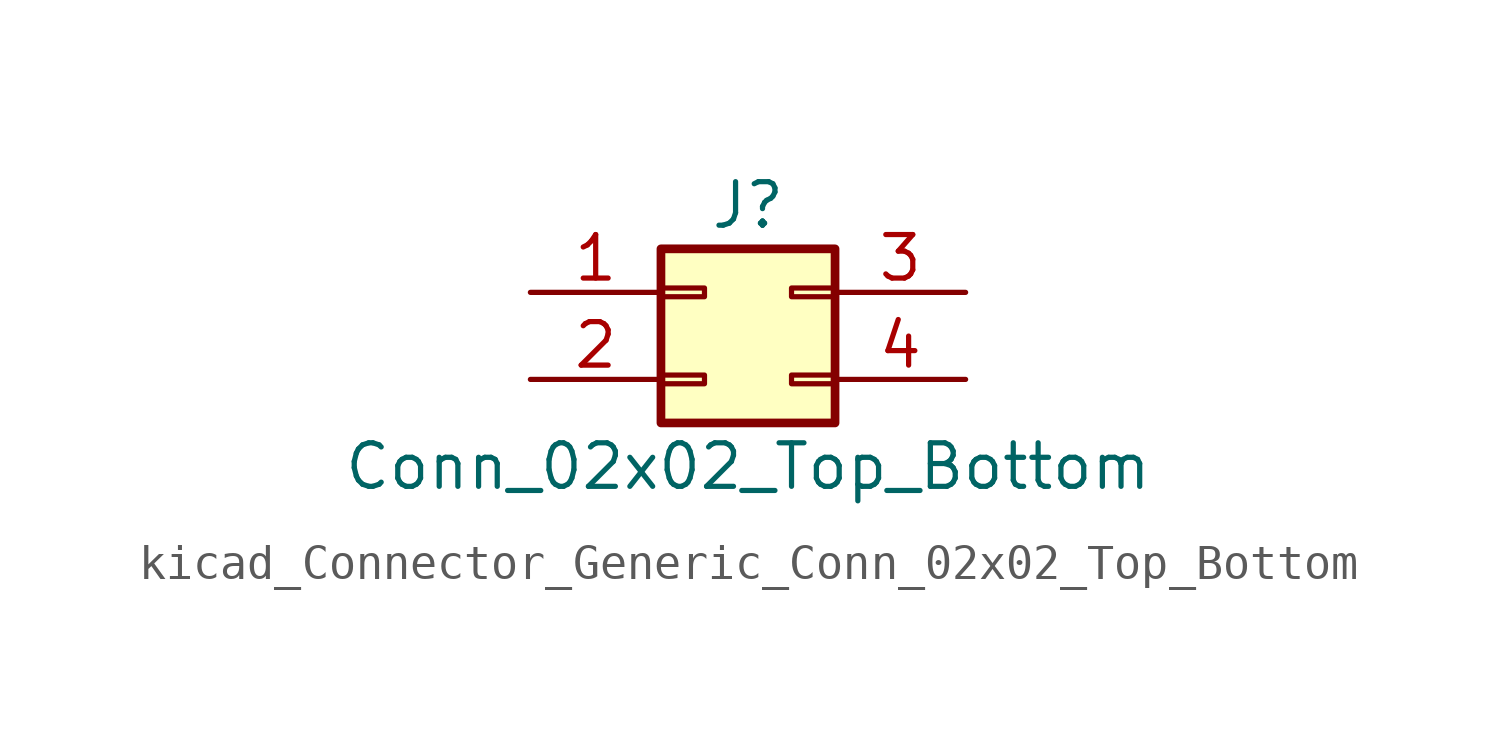
<source format=kicad_sym>
(kicad_symbol_lib
  (version 20220914)
  (generator kicad_symbol_editor)
  (symbol "kicad_Connector_Generic_Conn_02x02_Top_Bottom"
    (pin_names
      (offset 1.016) hide)
    (property "Reference" "J"
      (at 1.27 2.54 0)
      (effects (font (size 1.27 1.27))))
    (property "Value" "Conn_02x02_Top_Bottom"
      (at 1.27 -5.08 0)
      (effects (font (size 1.27 1.27))))
    (symbol "kicad_Connector_Generic_Conn_02x02_Top_Bottom_1_1"
      (rectangle (start -1.27 -2.413) (end 0 -2.667) (stroke (width 0.152) (type default)) (fill (type none)))
      (rectangle (start -1.27 0.127) (end 0 -0.127) (stroke (width 0.152) (type default)) (fill (type none)))
      (rectangle (start -1.27 1.27) (end 3.81 -3.81) (stroke (width 0.254) (type default)) (fill (type background)))
      (rectangle (start 3.81 -2.413) (end 2.54 -2.667) (stroke (width 0.152) (type default)) (fill (type none)))
      (rectangle (start 3.81 0.127) (end 2.54 -0.127) (stroke (width 0.152) (type default)) (fill (type none)))
      (pin passive line (at -5.08 0 0) (length 3.81) (name "Pin_1" (effects (font (size 1.27 1.27)))) (number "1" (effects (font (size 1.27 1.27)))))
      (pin passive line (at -5.08 -2.54 0) (length 3.81) (name "Pin_2" (effects (font (size 1.27 1.27)))) (number "2" (effects (font (size 1.27 1.27)))))
      (pin passive line (at 7.62 0 180) (length 3.81) (name "Pin_3" (effects (font (size 1.27 1.27)))) (number "3" (effects (font (size 1.27 1.27)))))
      (pin passive line (at 7.62 -2.54 180) (length 3.81) (name "Pin_4" (effects (font (size 1.27 1.27)))) (number "4" (effects (font (size 1.27 1.27))))))))
</source>
